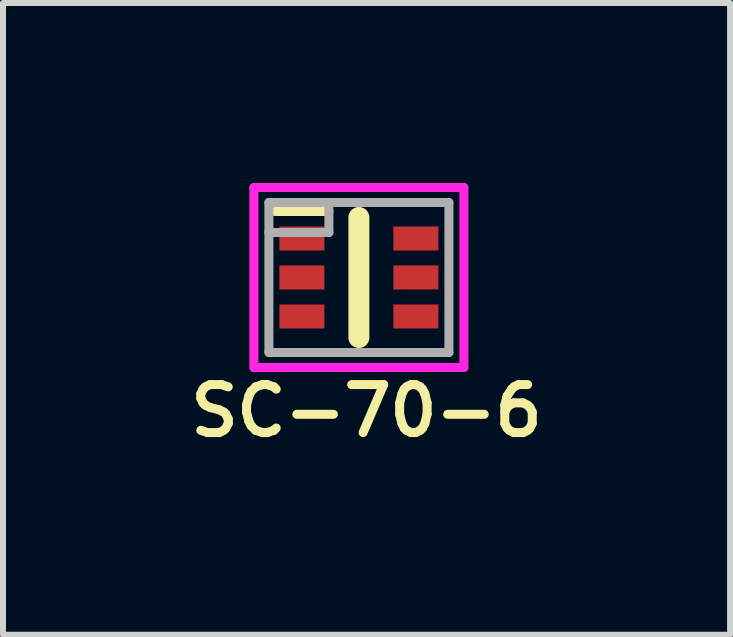
<source format=kicad_pcb>
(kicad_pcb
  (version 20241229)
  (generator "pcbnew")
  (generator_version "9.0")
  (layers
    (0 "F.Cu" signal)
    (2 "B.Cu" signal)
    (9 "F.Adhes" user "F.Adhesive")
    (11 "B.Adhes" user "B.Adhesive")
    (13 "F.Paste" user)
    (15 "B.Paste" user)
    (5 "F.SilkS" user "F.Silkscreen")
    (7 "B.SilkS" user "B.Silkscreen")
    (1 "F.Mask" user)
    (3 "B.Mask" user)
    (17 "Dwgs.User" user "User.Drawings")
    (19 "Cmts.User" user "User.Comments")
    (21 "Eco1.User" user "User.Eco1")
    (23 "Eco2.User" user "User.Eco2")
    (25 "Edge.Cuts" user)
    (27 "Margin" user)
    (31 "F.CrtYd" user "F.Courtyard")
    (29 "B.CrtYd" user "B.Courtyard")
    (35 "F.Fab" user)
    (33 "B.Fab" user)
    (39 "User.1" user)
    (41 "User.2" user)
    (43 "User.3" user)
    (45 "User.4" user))
  (footprint "SC-70-6"
    (layer "F.Cu")
    (at 2.932 1.575)
    (property "Reference" "SC-70-6" (at 0.127 2.223 0) (layer "F.SilkS") (effects (font (size 0.8 0.8) (thickness 0.15))))
    (attr smd)
    (fp_line (start -1.4 -1.1) (end -0.5 -1.1) (stroke (width 0.15) (type solid)) (layer "F.SilkS"))
    (fp_line (start 0 -1) (end 0 1) (stroke (width 0.35) (type solid)) (layer "F.SilkS"))
    (fp_line (start -1.75 -1.5) (end 1.75 -1.5) (stroke (width 0.15) (type solid)) (layer "F.CrtYd"))
    (fp_line (start -1.75 1.5) (end -1.75 -1.5) (stroke (width 0.15) (type solid)) (layer "F.CrtYd"))
    (fp_line (start 1.75 -1.5) (end 1.75 1.5) (stroke (width 0.15) (type solid)) (layer "F.CrtYd"))
    (fp_line (start 1.75 1.5) (end -1.75 1.5) (stroke (width 0.15) (type solid)) (layer "F.CrtYd"))
    (fp_line (start -1.5 -1.25) (end -1.5 1.25) (stroke (width 0.15) (type solid)) (layer "F.Fab"))
    (fp_line (start -1.5 1.25) (end 1.5 1.25) (stroke (width 0.15) (type solid)) (layer "F.Fab"))
    (fp_line (start -0.5 -1.25) (end -0.5 -0.75) (stroke (width 0.15) (type solid)) (layer "F.Fab"))
    (fp_line (start -0.5 -0.75) (end -1.5 -0.75) (stroke (width 0.15) (type solid)) (layer "F.Fab"))
    (fp_line (start 1.5 -1.25) (end -1.5 -1.25) (stroke (width 0.15) (type solid)) (layer "F.Fab"))
    (fp_line (start 1.5 1.25) (end 1.5 -1.25) (stroke (width 0.15) (type solid)) (layer "F.Fab"))
    (pad "1" smd rect (at -0.95 -0.65 180) (size 0.75 0.4) (layers "F.Cu" "F.Mask" "F.Paste"))
    (pad "2" smd rect (at -0.95 0 180) (size 0.75 0.4) (layers "F.Cu" "F.Mask" "F.Paste"))
    (pad "3" smd rect (at -0.95 0.65 180) (size 0.75 0.4) (layers "F.Cu" "F.Mask" "F.Paste"))
    (pad "4" smd rect (at 0.95 0.65 180) (size 0.75 0.4) (layers "F.Cu" "F.Mask" "F.Paste"))
    (pad "5" smd rect (at 0.95 0 180) (size 0.75 0.4) (layers "F.Cu" "F.Mask" "F.Paste"))
    (pad "6" smd rect (at 0.95 -0.65 180) (size 0.75 0.4) (layers "F.Cu" "F.Mask" "F.Paste")))
  (gr_rect
    (start -3 -3)
    (end 9.119 7.529)
    (stroke (width 0.1) (type default))
    (fill no)
    (layer "Edge.Cuts")))
</source>
